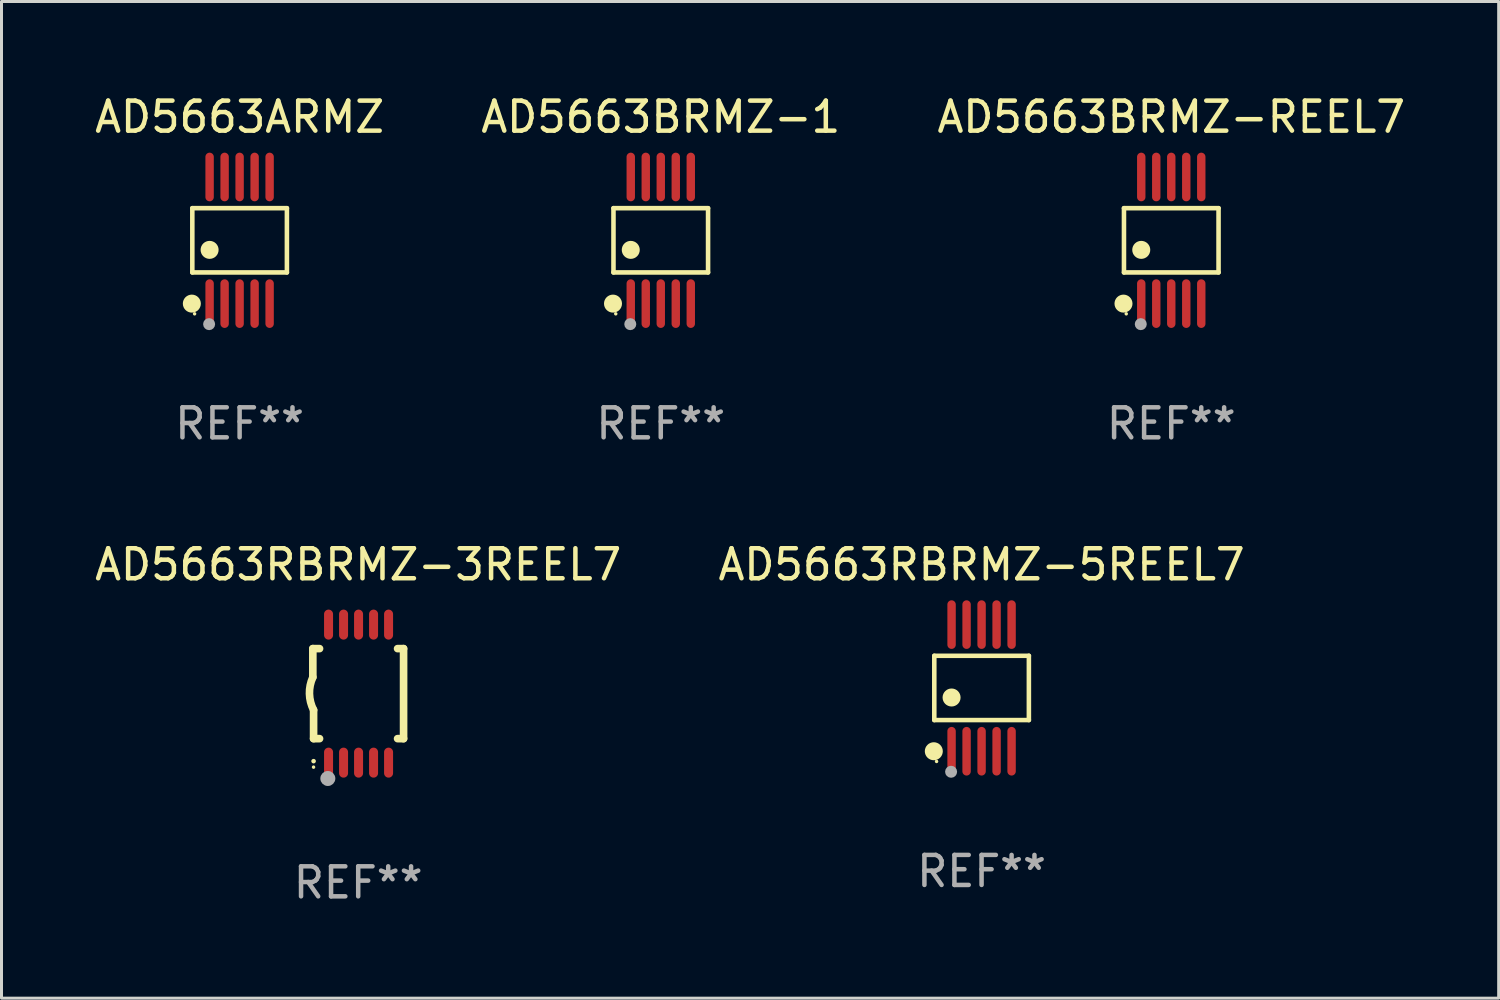
<source format=kicad_pcb>
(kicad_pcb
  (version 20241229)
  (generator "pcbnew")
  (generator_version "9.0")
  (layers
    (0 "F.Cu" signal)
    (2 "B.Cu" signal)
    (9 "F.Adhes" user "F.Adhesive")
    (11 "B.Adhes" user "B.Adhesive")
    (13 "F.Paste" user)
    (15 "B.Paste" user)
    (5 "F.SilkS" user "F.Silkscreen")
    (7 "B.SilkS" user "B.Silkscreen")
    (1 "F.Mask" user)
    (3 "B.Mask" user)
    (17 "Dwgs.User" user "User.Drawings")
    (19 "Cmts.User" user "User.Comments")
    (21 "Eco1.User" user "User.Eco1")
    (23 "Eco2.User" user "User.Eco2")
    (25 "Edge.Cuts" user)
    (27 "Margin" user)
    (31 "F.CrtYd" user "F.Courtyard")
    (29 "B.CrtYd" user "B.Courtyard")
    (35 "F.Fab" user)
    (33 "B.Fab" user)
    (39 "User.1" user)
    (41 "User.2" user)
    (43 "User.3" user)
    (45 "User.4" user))
  (footprint "AD5663RBRMZ-5REEL7"
    (layer "F.Cu")
    (at 29.661 19.875)
    (property "Reference" "AD5663RBRMZ-5REEL7" (at 0 -4.11 0) (layer "F.SilkS") (effects (font (size 1 1) (thickness 0.15))))
    (attr through_hole)
    (fp_line (start -1.576 -1.071) (end 1.576 -1.071) (stroke (width 0.152) (type solid)) (layer "F.SilkS"))
    (fp_line (start -1.576 1.071) (end -1.576 -1.071) (stroke (width 0.152) (type solid)) (layer "F.SilkS"))
    (fp_line (start 1.576 -1.071) (end 1.576 1.071) (stroke (width 0.152) (type solid)) (layer "F.SilkS"))
    (fp_line (start 1.576 1.071) (end -1.576 1.071) (stroke (width 0.152) (type solid)) (layer "F.SilkS"))
    (fp_circle (center -1.592 2.11) (end -1.442 2.11) (stroke (width 0.3) (type solid)) (fill no) (layer "F.SilkS"))
    (fp_circle (center -1.5 2.45) (end -1.47 2.45) (stroke (width 0.06) (type solid)) (fill no) (layer "F.SilkS"))
    (fp_circle (center -1 0.319) (end -0.85 0.319) (stroke (width 0.3) (type solid)) (fill no) (layer "F.SilkS"))
    (fp_circle (center -1.016 2.794) (end -0.916 2.794) (stroke (width 0.2) (type solid)) (fill no) (layer "F.Fab"))
    (fp_text user "REF**" (at 0 6.11 0) (layer "F.Fab") (effects (font (size 1 1) (thickness 0.15))))
    (pad "1" smd oval (at -1 2.11) (size 0.28 1.62) (layers "F.Cu" "F.Mask" "F.Paste"))
    (pad "2" smd oval (at -0.5 2.11) (size 0.28 1.62) (layers "F.Cu" "F.Mask" "F.Paste"))
    (pad "3" smd oval (at 0 2.11) (size 0.28 1.62) (layers "F.Cu" "F.Mask" "F.Paste"))
    (pad "4" smd oval (at 0.5 2.11) (size 0.28 1.62) (layers "F.Cu" "F.Mask" "F.Paste"))
    (pad "5" smd oval (at 1 2.11) (size 0.28 1.62) (layers "F.Cu" "F.Mask" "F.Paste"))
    (pad "6" smd oval (at 1 -2.11) (size 0.28 1.62) (layers "F.Cu" "F.Mask" "F.Paste"))
    (pad "7" smd oval (at 0.5 -2.11) (size 0.28 1.62) (layers "F.Cu" "F.Mask" "F.Paste"))
    (pad "8" smd oval (at 0 -2.11) (size 0.28 1.62) (layers "F.Cu" "F.Mask" "F.Paste"))
    (pad "9" smd oval (at -0.5 -2.11) (size 0.28 1.62) (layers "F.Cu" "F.Mask" "F.Paste"))
    (pad "10" smd oval (at -1 -2.11) (size 0.28 1.62) (layers "F.Cu" "F.Mask" "F.Paste")))
  (footprint "AD5663RBRMZ-3REEL7"
    (layer "F.Cu")
    (at 8.887 20.065)
    (property "Reference" "AD5663RBRMZ-3REEL7" (at 0 -4.3 0) (layer "F.SilkS") (effects (font (size 1 1) (thickness 0.15))))
    (attr through_hole)
    (fp_line (start -1.512 -1.5) (end -1.512 -0.546) (stroke (width 0.254) (type solid)) (layer "F.SilkS"))
    (fp_line (start -1.487 0.546) (end -1.487 1.5) (stroke (width 0.254) (type solid)) (layer "F.SilkS"))
    (fp_line (start -1.288 -1.5) (end -1.512 -1.5) (stroke (width 0.254) (type solid)) (layer "F.SilkS"))
    (fp_line (start -1.288 1.5) (end -1.487 1.5) (stroke (width 0.254) (type solid)) (layer "F.SilkS"))
    (fp_line (start 1.512 -1.5) (end 1.312 -1.5) (stroke (width 0.254) (type solid)) (layer "F.SilkS"))
    (fp_line (start 1.512 -1.5) (end 1.512 1.5) (stroke (width 0.254) (type solid)) (layer "F.SilkS"))
    (fp_line (start 1.512 1.5) (end 1.312 1.5) (stroke (width 0.254) (type solid)) (layer "F.SilkS"))
    (fp_arc (start -1.487998 2.250013) (mid -1.486728 2.250007) (end -1.485458 2.250013) (stroke (width 0.150013) (type solid)) (layer "F.SilkS"))
    (fp_arc (start -1.486602 0.546102) (mid -1.624196 0.002905) (end -1.512002 -0.546101) (stroke (width 0.254001) (type solid)) (layer "F.SilkS"))
    (fp_circle (center -1.488 2.45) (end -1.458 2.45) (stroke (width 0.06) (type solid)) (fill no) (layer "F.SilkS"))
    (fp_circle (center -1.012 2.828) (end -0.887 2.828) (stroke (width 0.25) (type solid)) (fill no) (layer "F.Fab"))
    (fp_text user "REF**" (at 0 6.3 0) (layer "F.Fab") (effects (font (size 1 1) (thickness 0.15))))
    (pad "1" smd oval (at -0.988 2.3) (size 0.3 1) (layers "F.Cu" "F.Mask" "F.Paste"))
    (pad "2" smd oval (at -0.488 2.3) (size 0.3 1) (layers "F.Cu" "F.Mask" "F.Paste"))
    (pad "3" smd oval (at 0.012 2.3) (size 0.3 1) (layers "F.Cu" "F.Mask" "F.Paste"))
    (pad "4" smd oval (at 0.512 2.3) (size 0.3 1) (layers "F.Cu" "F.Mask" "F.Paste"))
    (pad "5" smd oval (at 1.012 2.3) (size 0.3 1) (layers "F.Cu" "F.Mask" "F.Paste"))
    (pad "6" smd oval (at 1.012 -2.3) (size 0.3 1) (layers "F.Cu" "F.Mask" "F.Paste"))
    (pad "7" smd oval (at 0.512 -2.3) (size 0.3 1) (layers "F.Cu" "F.Mask" "F.Paste"))
    (pad "8" smd oval (at 0.012 -2.3) (size 0.3 1) (layers "F.Cu" "F.Mask" "F.Paste"))
    (pad "9" smd oval (at -0.488 -2.3) (size 0.3 1) (layers "F.Cu" "F.Mask" "F.Paste"))
    (pad "10" smd oval (at -0.988 -2.3) (size 0.3 1) (layers "F.Cu" "F.Mask" "F.Paste")))
  (footprint "AD5663BRMZ-REEL7"
    (layer "F.Cu")
    (at 35.982 4.958)
    (property "Reference" "AD5663BRMZ-REEL7" (at 0 -4.11 0) (layer "F.SilkS") (effects (font (size 1 1) (thickness 0.15))))
    (attr through_hole)
    (fp_line (start -1.576 -1.071) (end 1.576 -1.071) (stroke (width 0.152) (type solid)) (layer "F.SilkS"))
    (fp_line (start -1.576 1.071) (end -1.576 -1.071) (stroke (width 0.152) (type solid)) (layer "F.SilkS"))
    (fp_line (start 1.576 -1.071) (end 1.576 1.071) (stroke (width 0.152) (type solid)) (layer "F.SilkS"))
    (fp_line (start 1.576 1.071) (end -1.576 1.071) (stroke (width 0.152) (type solid)) (layer "F.SilkS"))
    (fp_circle (center -1.592 2.11) (end -1.442 2.11) (stroke (width 0.3) (type solid)) (fill no) (layer "F.SilkS"))
    (fp_circle (center -1.5 2.45) (end -1.47 2.45) (stroke (width 0.06) (type solid)) (fill no) (layer "F.SilkS"))
    (fp_circle (center -1 0.319) (end -0.85 0.319) (stroke (width 0.3) (type solid)) (fill no) (layer "F.SilkS"))
    (fp_circle (center -1.016 2.794) (end -0.916 2.794) (stroke (width 0.2) (type solid)) (fill no) (layer "F.Fab"))
    (fp_text user "REF**" (at 0 6.11 0) (layer "F.Fab") (effects (font (size 1 1) (thickness 0.15))))
    (pad "1" smd oval (at -1 2.11) (size 0.28 1.62) (layers "F.Cu" "F.Mask" "F.Paste"))
    (pad "2" smd oval (at -0.5 2.11) (size 0.28 1.62) (layers "F.Cu" "F.Mask" "F.Paste"))
    (pad "3" smd oval (at 0 2.11) (size 0.28 1.62) (layers "F.Cu" "F.Mask" "F.Paste"))
    (pad "4" smd oval (at 0.5 2.11) (size 0.28 1.62) (layers "F.Cu" "F.Mask" "F.Paste"))
    (pad "5" smd oval (at 1 2.11) (size 0.28 1.62) (layers "F.Cu" "F.Mask" "F.Paste"))
    (pad "6" smd oval (at 1 -2.11) (size 0.28 1.62) (layers "F.Cu" "F.Mask" "F.Paste"))
    (pad "7" smd oval (at 0.5 -2.11) (size 0.28 1.62) (layers "F.Cu" "F.Mask" "F.Paste"))
    (pad "8" smd oval (at 0 -2.11) (size 0.28 1.62) (layers "F.Cu" "F.Mask" "F.Paste"))
    (pad "9" smd oval (at -0.5 -2.11) (size 0.28 1.62) (layers "F.Cu" "F.Mask" "F.Paste"))
    (pad "10" smd oval (at -1 -2.11) (size 0.28 1.62) (layers "F.Cu" "F.Mask" "F.Paste")))
  (footprint "AD5663ARMZ"
    (layer "F.Cu")
    (at 4.935 4.958)
    (property "Reference" "AD5663ARMZ" (at 0 -4.11 0) (layer "F.SilkS") (effects (font (size 1 1) (thickness 0.15))))
    (attr through_hole)
    (fp_line (start -1.576 -1.071) (end 1.576 -1.071) (stroke (width 0.152) (type solid)) (layer "F.SilkS"))
    (fp_line (start -1.576 1.071) (end -1.576 -1.071) (stroke (width 0.152) (type solid)) (layer "F.SilkS"))
    (fp_line (start 1.576 -1.071) (end 1.576 1.071) (stroke (width 0.152) (type solid)) (layer "F.SilkS"))
    (fp_line (start 1.576 1.071) (end -1.576 1.071) (stroke (width 0.152) (type solid)) (layer "F.SilkS"))
    (fp_circle (center -1.592 2.11) (end -1.442 2.11) (stroke (width 0.3) (type solid)) (fill no) (layer "F.SilkS"))
    (fp_circle (center -1.5 2.45) (end -1.47 2.45) (stroke (width 0.06) (type solid)) (fill no) (layer "F.SilkS"))
    (fp_circle (center -1 0.319) (end -0.85 0.319) (stroke (width 0.3) (type solid)) (fill no) (layer "F.SilkS"))
    (fp_circle (center -1.016 2.794) (end -0.916 2.794) (stroke (width 0.2) (type solid)) (fill no) (layer "F.Fab"))
    (fp_text user "REF**" (at 0 6.11 0) (layer "F.Fab") (effects (font (size 1 1) (thickness 0.15))))
    (pad "1" smd oval (at -1 2.11) (size 0.28 1.62) (layers "F.Cu" "F.Mask" "F.Paste"))
    (pad "2" smd oval (at -0.5 2.11) (size 0.28 1.62) (layers "F.Cu" "F.Mask" "F.Paste"))
    (pad "3" smd oval (at 0 2.11) (size 0.28 1.62) (layers "F.Cu" "F.Mask" "F.Paste"))
    (pad "4" smd oval (at 0.5 2.11) (size 0.28 1.62) (layers "F.Cu" "F.Mask" "F.Paste"))
    (pad "5" smd oval (at 1 2.11) (size 0.28 1.62) (layers "F.Cu" "F.Mask" "F.Paste"))
    (pad "6" smd oval (at 1 -2.11) (size 0.28 1.62) (layers "F.Cu" "F.Mask" "F.Paste"))
    (pad "7" smd oval (at 0.5 -2.11) (size 0.28 1.62) (layers "F.Cu" "F.Mask" "F.Paste"))
    (pad "8" smd oval (at 0 -2.11) (size 0.28 1.62) (layers "F.Cu" "F.Mask" "F.Paste"))
    (pad "9" smd oval (at -0.5 -2.11) (size 0.28 1.62) (layers "F.Cu" "F.Mask" "F.Paste"))
    (pad "10" smd oval (at -1 -2.11) (size 0.28 1.62) (layers "F.Cu" "F.Mask" "F.Paste")))
  (footprint "AD5663BRMZ-1"
    (layer "F.Cu")
    (at 18.97 4.958)
    (property "Reference" "AD5663BRMZ-1" (at 0 -4.11 0) (layer "F.SilkS") (effects (font (size 1 1) (thickness 0.15))))
    (attr through_hole)
    (fp_line (start -1.576 -1.071) (end 1.576 -1.071) (stroke (width 0.152) (type solid)) (layer "F.SilkS"))
    (fp_line (start -1.576 1.071) (end -1.576 -1.071) (stroke (width 0.152) (type solid)) (layer "F.SilkS"))
    (fp_line (start 1.576 -1.071) (end 1.576 1.071) (stroke (width 0.152) (type solid)) (layer "F.SilkS"))
    (fp_line (start 1.576 1.071) (end -1.576 1.071) (stroke (width 0.152) (type solid)) (layer "F.SilkS"))
    (fp_circle (center -1.592 2.11) (end -1.442 2.11) (stroke (width 0.3) (type solid)) (fill no) (layer "F.SilkS"))
    (fp_circle (center -1.5 2.45) (end -1.47 2.45) (stroke (width 0.06) (type solid)) (fill no) (layer "F.SilkS"))
    (fp_circle (center -1 0.319) (end -0.85 0.319) (stroke (width 0.3) (type solid)) (fill no) (layer "F.SilkS"))
    (fp_circle (center -1.016 2.794) (end -0.916 2.794) (stroke (width 0.2) (type solid)) (fill no) (layer "F.Fab"))
    (fp_text user "REF**" (at 0 6.11 0) (layer "F.Fab") (effects (font (size 1 1) (thickness 0.15))))
    (pad "1" smd oval (at -1 2.11) (size 0.28 1.62) (layers "F.Cu" "F.Mask" "F.Paste"))
    (pad "2" smd oval (at -0.5 2.11) (size 0.28 1.62) (layers "F.Cu" "F.Mask" "F.Paste"))
    (pad "3" smd oval (at 0 2.11) (size 0.28 1.62) (layers "F.Cu" "F.Mask" "F.Paste"))
    (pad "4" smd oval (at 0.5 2.11) (size 0.28 1.62) (layers "F.Cu" "F.Mask" "F.Paste"))
    (pad "5" smd oval (at 1 2.11) (size 0.28 1.62) (layers "F.Cu" "F.Mask" "F.Paste"))
    (pad "6" smd oval (at 1 -2.11) (size 0.28 1.62) (layers "F.Cu" "F.Mask" "F.Paste"))
    (pad "7" smd oval (at 0.5 -2.11) (size 0.28 1.62) (layers "F.Cu" "F.Mask" "F.Paste"))
    (pad "8" smd oval (at 0 -2.11) (size 0.28 1.62) (layers "F.Cu" "F.Mask" "F.Paste"))
    (pad "9" smd oval (at -0.5 -2.11) (size 0.28 1.62) (layers "F.Cu" "F.Mask" "F.Paste"))
    (pad "10" smd oval (at -1 -2.11) (size 0.28 1.62) (layers "F.Cu" "F.Mask" "F.Paste")))
  (gr_rect
    (start -3 -3)
    (end 46.893 30.213)
    (stroke (width 0.1) (type default))
    (fill no)
    (layer "Edge.Cuts")))
</source>
